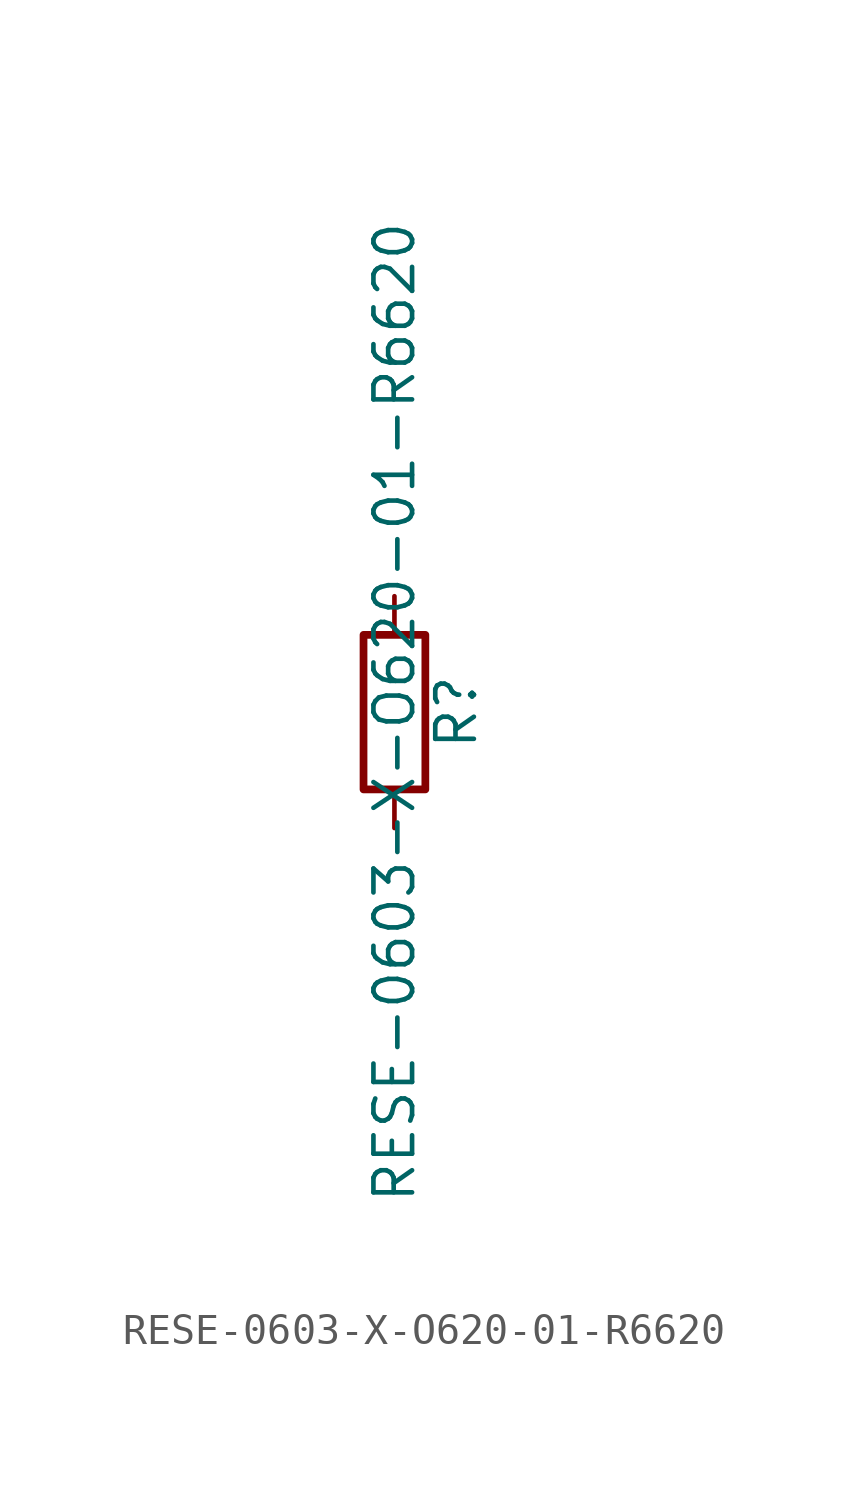
<source format=kicad_sym>
(kicad_symbol_lib
  (version 20211014)
  (generator kicad_symbol_editor)
  (symbol "RESE-0603-X-O620-01-R6620"
    (pin_numbers hide)
    (pin_names
      (offset 0))
    (property "Reference" "R"
      (at 2.032 0 90)
      (effects (font (size 1.27 1.27))))
    (property "Value" "RESE-0603-X-O620-01-R6620"
      (at 0 0 90)
      (effects (font (size 1.27 1.27))))
    (symbol "RESE-0603-X-O620-01-R6620_0_1"
      (rectangle (start -1.016 -2.54) (end 1.016 2.54) (stroke (width 0.254) (type default) (color 0 0 0 0)) (fill (type none))))
    (symbol "RESE-0603-X-O620-01-R6620_1_1"
      (pin passive line (at 0 3.81 270) (length 1.27) (name "~" (effects (font (size 1.27 1.27)))) (number "1" (effects (font (size 1.27 1.27)))))
      (pin passive line (at 0 -3.81 90) (length 1.27) (name "~" (effects (font (size 1.27 1.27)))) (number "2" (effects (font (size 1.27 1.27))))))))
</source>
